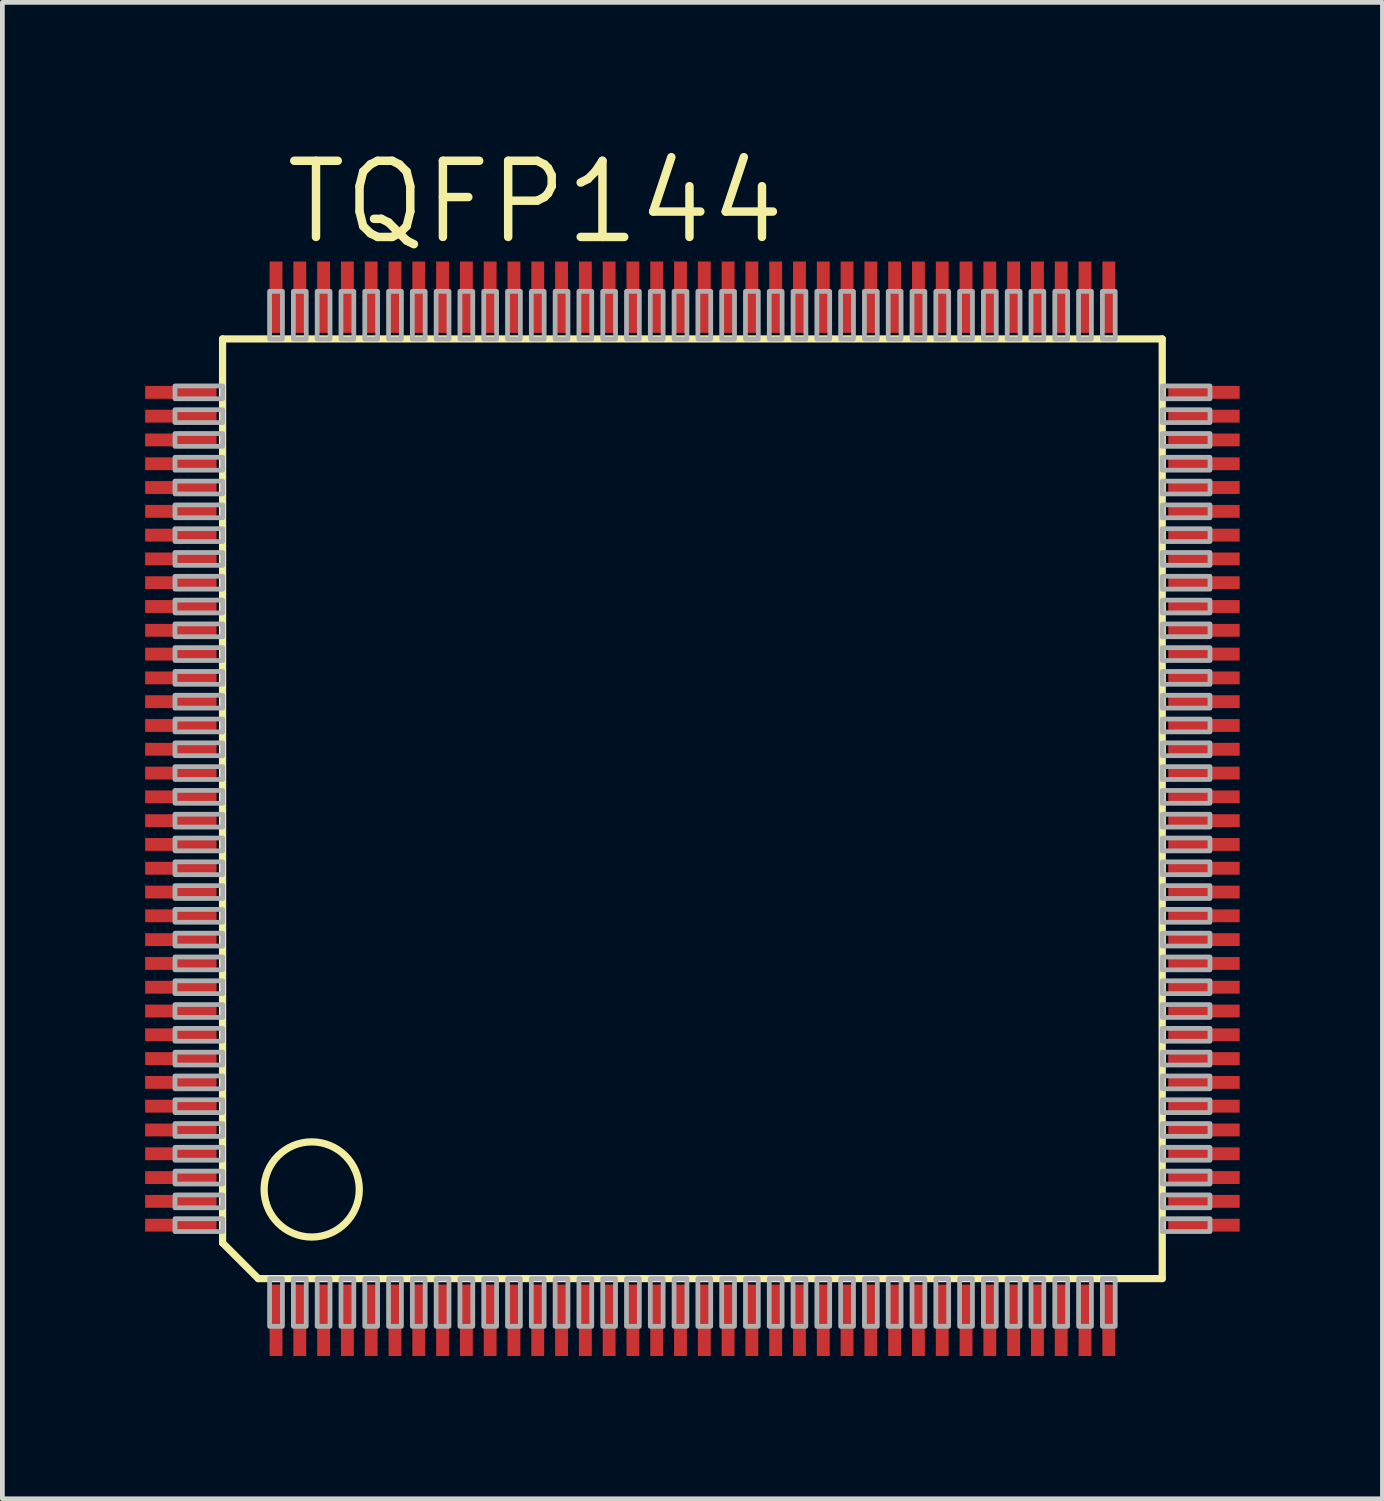
<source format=kicad_pcb>
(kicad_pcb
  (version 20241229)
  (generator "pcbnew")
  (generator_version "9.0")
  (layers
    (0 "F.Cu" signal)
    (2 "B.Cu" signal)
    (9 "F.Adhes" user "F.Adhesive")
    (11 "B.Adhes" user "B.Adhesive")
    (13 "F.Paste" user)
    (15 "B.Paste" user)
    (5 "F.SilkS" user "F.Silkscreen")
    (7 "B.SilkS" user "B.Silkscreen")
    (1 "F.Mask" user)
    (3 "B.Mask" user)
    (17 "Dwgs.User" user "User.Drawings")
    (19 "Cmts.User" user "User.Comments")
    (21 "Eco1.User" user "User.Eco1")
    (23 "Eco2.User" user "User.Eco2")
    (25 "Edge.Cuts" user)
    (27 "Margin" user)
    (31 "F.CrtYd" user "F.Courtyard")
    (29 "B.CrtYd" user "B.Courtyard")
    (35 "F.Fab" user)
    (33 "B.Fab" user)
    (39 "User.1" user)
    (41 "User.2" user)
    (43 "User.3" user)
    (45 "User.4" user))
  (footprint "TQFP144"
    (layer "F.Cu")
    (at 11.5 12.675)
    (property "Reference" "TQFP144" (at -8.636 -10.541 0) (layer "F.SilkS") (effects (font (size 1.6 1.6) (thickness 0.178)) (justify left bottom)))
    (fp_line (start -9.873 -8.603) (end 9.873 -8.603) (stroke (width 0.152) (type solid)) (layer "F.SilkS"))
    (fp_line (start -9.873 10.393) (end -9.873 -8.603) (stroke (width 0.152) (type solid)) (layer "F.SilkS"))
    (fp_line (start -9.123 11.143) (end -9.873 10.393) (stroke (width 0.152) (type solid)) (layer "F.SilkS"))
    (fp_line (start 9.873 -8.603) (end 9.873 11.143) (stroke (width 0.152) (type solid)) (layer "F.SilkS"))
    (fp_line (start 9.873 11.143) (end -9.123 11.143) (stroke (width 0.152) (type solid)) (layer "F.SilkS"))
    (fp_circle (center -8 9.27) (end -7 9.27) (stroke (width 0.152) (type solid)) (fill no) (layer "F.SilkS"))
    (fp_poly (pts (xy -10.873 -7.345) (xy -9.87 -7.345) (xy -9.87 -7.615) (xy -10.873 -7.615)) (stroke (width 0.1) (type default)) (fill no) (layer "F.Fab"))
    (fp_poly (pts (xy -10.873 -6.845) (xy -9.87 -6.845) (xy -9.87 -7.115) (xy -10.873 -7.115)) (stroke (width 0.1) (type default)) (fill no) (layer "F.Fab"))
    (fp_poly (pts (xy -10.873 -6.345) (xy -9.87 -6.345) (xy -9.87 -6.615) (xy -10.873 -6.615)) (stroke (width 0.1) (type default)) (fill no) (layer "F.Fab"))
    (fp_poly (pts (xy -10.873 -5.845) (xy -9.87 -5.845) (xy -9.87 -6.115) (xy -10.873 -6.115)) (stroke (width 0.1) (type default)) (fill no) (layer "F.Fab"))
    (fp_poly (pts (xy -10.873 -5.345) (xy -9.87 -5.345) (xy -9.87 -5.615) (xy -10.873 -5.615)) (stroke (width 0.1) (type default)) (fill no) (layer "F.Fab"))
    (fp_poly (pts (xy -10.873 -4.845) (xy -9.87 -4.845) (xy -9.87 -5.115) (xy -10.873 -5.115)) (stroke (width 0.1) (type default)) (fill no) (layer "F.Fab"))
    (fp_poly (pts (xy -10.873 -4.345) (xy -9.87 -4.345) (xy -9.87 -4.615) (xy -10.873 -4.615)) (stroke (width 0.1) (type default)) (fill no) (layer "F.Fab"))
    (fp_poly (pts (xy -10.873 -3.845) (xy -9.87 -3.845) (xy -9.87 -4.115) (xy -10.873 -4.115)) (stroke (width 0.1) (type default)) (fill no) (layer "F.Fab"))
    (fp_poly (pts (xy -10.873 -3.345) (xy -9.87 -3.345) (xy -9.87 -3.615) (xy -10.873 -3.615)) (stroke (width 0.1) (type default)) (fill no) (layer "F.Fab"))
    (fp_poly (pts (xy -10.873 -2.845) (xy -9.87 -2.845) (xy -9.87 -3.115) (xy -10.873 -3.115)) (stroke (width 0.1) (type default)) (fill no) (layer "F.Fab"))
    (fp_poly (pts (xy -10.873 -2.345) (xy -9.87 -2.345) (xy -9.87 -2.615) (xy -10.873 -2.615)) (stroke (width 0.1) (type default)) (fill no) (layer "F.Fab"))
    (fp_poly (pts (xy -10.873 -1.845) (xy -9.87 -1.845) (xy -9.87 -2.115) (xy -10.873 -2.115)) (stroke (width 0.1) (type default)) (fill no) (layer "F.Fab"))
    (fp_poly (pts (xy -10.873 -1.345) (xy -9.87 -1.345) (xy -9.87 -1.615) (xy -10.873 -1.615)) (stroke (width 0.1) (type default)) (fill no) (layer "F.Fab"))
    (fp_poly (pts (xy -10.873 -0.845) (xy -9.87 -0.845) (xy -9.87 -1.115) (xy -10.873 -1.115)) (stroke (width 0.1) (type default)) (fill no) (layer "F.Fab"))
    (fp_poly (pts (xy -10.873 -0.345) (xy -9.87 -0.345) (xy -9.87 -0.615) (xy -10.873 -0.615)) (stroke (width 0.1) (type default)) (fill no) (layer "F.Fab"))
    (fp_poly (pts (xy -10.873 0.155) (xy -9.87 0.155) (xy -9.87 -0.115) (xy -10.873 -0.115)) (stroke (width 0.1) (type default)) (fill no) (layer "F.Fab"))
    (fp_poly (pts (xy -10.873 0.655) (xy -9.87 0.655) (xy -9.87 0.385) (xy -10.873 0.385)) (stroke (width 0.1) (type default)) (fill no) (layer "F.Fab"))
    (fp_poly (pts (xy -10.873 1.155) (xy -9.87 1.155) (xy -9.87 0.885) (xy -10.873 0.885)) (stroke (width 0.1) (type default)) (fill no) (layer "F.Fab"))
    (fp_poly (pts (xy -10.873 1.655) (xy -9.87 1.655) (xy -9.87 1.385) (xy -10.873 1.385)) (stroke (width 0.1) (type default)) (fill no) (layer "F.Fab"))
    (fp_poly (pts (xy -10.873 2.155) (xy -9.87 2.155) (xy -9.87 1.885) (xy -10.873 1.885)) (stroke (width 0.1) (type default)) (fill no) (layer "F.Fab"))
    (fp_poly (pts (xy -10.873 2.655) (xy -9.87 2.655) (xy -9.87 2.385) (xy -10.873 2.385)) (stroke (width 0.1) (type default)) (fill no) (layer "F.Fab"))
    (fp_poly (pts (xy -10.873 3.155) (xy -9.87 3.155) (xy -9.87 2.885) (xy -10.873 2.885)) (stroke (width 0.1) (type default)) (fill no) (layer "F.Fab"))
    (fp_poly (pts (xy -10.873 3.655) (xy -9.87 3.655) (xy -9.87 3.385) (xy -10.873 3.385)) (stroke (width 0.1) (type default)) (fill no) (layer "F.Fab"))
    (fp_poly (pts (xy -10.873 4.155) (xy -9.87 4.155) (xy -9.87 3.885) (xy -10.873 3.885)) (stroke (width 0.1) (type default)) (fill no) (layer "F.Fab"))
    (fp_poly (pts (xy -10.873 4.655) (xy -9.87 4.655) (xy -9.87 4.385) (xy -10.873 4.385)) (stroke (width 0.1) (type default)) (fill no) (layer "F.Fab"))
    (fp_poly (pts (xy -10.873 5.155) (xy -9.87 5.155) (xy -9.87 4.885) (xy -10.873 4.885)) (stroke (width 0.1) (type default)) (fill no) (layer "F.Fab"))
    (fp_poly (pts (xy -10.873 5.655) (xy -9.87 5.655) (xy -9.87 5.385) (xy -10.873 5.385)) (stroke (width 0.1) (type default)) (fill no) (layer "F.Fab"))
    (fp_poly (pts (xy -10.873 6.155) (xy -9.87 6.155) (xy -9.87 5.885) (xy -10.873 5.885)) (stroke (width 0.1) (type default)) (fill no) (layer "F.Fab"))
    (fp_poly (pts (xy -10.873 6.655) (xy -9.87 6.655) (xy -9.87 6.385) (xy -10.873 6.385)) (stroke (width 0.1) (type default)) (fill no) (layer "F.Fab"))
    (fp_poly (pts (xy -10.873 7.155) (xy -9.87 7.155) (xy -9.87 6.885) (xy -10.873 6.885)) (stroke (width 0.1) (type default)) (fill no) (layer "F.Fab"))
    (fp_poly (pts (xy -10.873 7.655) (xy -9.87 7.655) (xy -9.87 7.385) (xy -10.873 7.385)) (stroke (width 0.1) (type default)) (fill no) (layer "F.Fab"))
    (fp_poly (pts (xy -10.873 8.155) (xy -9.87 8.155) (xy -9.87 7.885) (xy -10.873 7.885)) (stroke (width 0.1) (type default)) (fill no) (layer "F.Fab"))
    (fp_poly (pts (xy -10.873 8.655) (xy -9.87 8.655) (xy -9.87 8.385) (xy -10.873 8.385)) (stroke (width 0.1) (type default)) (fill no) (layer "F.Fab"))
    (fp_poly (pts (xy -10.873 9.155) (xy -9.87 9.155) (xy -9.87 8.885) (xy -10.873 8.885)) (stroke (width 0.1) (type default)) (fill no) (layer "F.Fab"))
    (fp_poly (pts (xy -10.873 9.655) (xy -9.87 9.655) (xy -9.87 9.385) (xy -10.873 9.385)) (stroke (width 0.1) (type default)) (fill no) (layer "F.Fab"))
    (fp_poly (pts (xy -10.873 10.155) (xy -9.87 10.155) (xy -9.87 9.885) (xy -10.873 9.885)) (stroke (width 0.1) (type default)) (fill no) (layer "F.Fab"))
    (fp_poly (pts (xy -8.885 -8.601) (xy -8.615 -8.601) (xy -8.615 -9.603) (xy -8.885 -9.603)) (stroke (width 0.1) (type default)) (fill no) (layer "F.Fab"))
    (fp_poly (pts (xy -8.885 12.146) (xy -8.615 12.146) (xy -8.615 11.143) (xy -8.885 11.143)) (stroke (width 0.1) (type default)) (fill no) (layer "F.Fab"))
    (fp_poly (pts (xy -8.385 -8.601) (xy -8.115 -8.601) (xy -8.115 -9.603) (xy -8.385 -9.603)) (stroke (width 0.1) (type default)) (fill no) (layer "F.Fab"))
    (fp_poly (pts (xy -8.385 12.146) (xy -8.115 12.146) (xy -8.115 11.143) (xy -8.385 11.143)) (stroke (width 0.1) (type default)) (fill no) (layer "F.Fab"))
    (fp_poly (pts (xy -7.885 -8.601) (xy -7.615 -8.601) (xy -7.615 -9.603) (xy -7.885 -9.603)) (stroke (width 0.1) (type default)) (fill no) (layer "F.Fab"))
    (fp_poly (pts (xy -7.885 12.146) (xy -7.615 12.146) (xy -7.615 11.143) (xy -7.885 11.143)) (stroke (width 0.1) (type default)) (fill no) (layer "F.Fab"))
    (fp_poly (pts (xy -7.385 -8.601) (xy -7.115 -8.601) (xy -7.115 -9.603) (xy -7.385 -9.603)) (stroke (width 0.1) (type default)) (fill no) (layer "F.Fab"))
    (fp_poly (pts (xy -7.385 12.146) (xy -7.115 12.146) (xy -7.115 11.143) (xy -7.385 11.143)) (stroke (width 0.1) (type default)) (fill no) (layer "F.Fab"))
    (fp_poly (pts (xy -6.885 -8.601) (xy -6.615 -8.601) (xy -6.615 -9.603) (xy -6.885 -9.603)) (stroke (width 0.1) (type default)) (fill no) (layer "F.Fab"))
    (fp_poly (pts (xy -6.885 12.146) (xy -6.615 12.146) (xy -6.615 11.143) (xy -6.885 11.143)) (stroke (width 0.1) (type default)) (fill no) (layer "F.Fab"))
    (fp_poly (pts (xy -6.385 -8.601) (xy -6.115 -8.601) (xy -6.115 -9.603) (xy -6.385 -9.603)) (stroke (width 0.1) (type default)) (fill no) (layer "F.Fab"))
    (fp_poly (pts (xy -6.385 12.146) (xy -6.115 12.146) (xy -6.115 11.143) (xy -6.385 11.143)) (stroke (width 0.1) (type default)) (fill no) (layer "F.Fab"))
    (fp_poly (pts (xy -5.885 -8.601) (xy -5.615 -8.601) (xy -5.615 -9.603) (xy -5.885 -9.603)) (stroke (width 0.1) (type default)) (fill no) (layer "F.Fab"))
    (fp_poly (pts (xy -5.885 12.146) (xy -5.615 12.146) (xy -5.615 11.143) (xy -5.885 11.143)) (stroke (width 0.1) (type default)) (fill no) (layer "F.Fab"))
    (fp_poly (pts (xy -5.385 -8.601) (xy -5.115 -8.601) (xy -5.115 -9.603) (xy -5.385 -9.603)) (stroke (width 0.1) (type default)) (fill no) (layer "F.Fab"))
    (fp_poly (pts (xy -5.385 12.146) (xy -5.115 12.146) (xy -5.115 11.143) (xy -5.385 11.143)) (stroke (width 0.1) (type default)) (fill no) (layer "F.Fab"))
    (fp_poly (pts (xy -4.885 -8.601) (xy -4.615 -8.601) (xy -4.615 -9.603) (xy -4.885 -9.603)) (stroke (width 0.1) (type default)) (fill no) (layer "F.Fab"))
    (fp_poly (pts (xy -4.885 12.146) (xy -4.615 12.146) (xy -4.615 11.143) (xy -4.885 11.143)) (stroke (width 0.1) (type default)) (fill no) (layer "F.Fab"))
    (fp_poly (pts (xy -4.385 -8.601) (xy -4.115 -8.601) (xy -4.115 -9.603) (xy -4.385 -9.603)) (stroke (width 0.1) (type default)) (fill no) (layer "F.Fab"))
    (fp_poly (pts (xy -4.385 12.146) (xy -4.115 12.146) (xy -4.115 11.143) (xy -4.385 11.143)) (stroke (width 0.1) (type default)) (fill no) (layer "F.Fab"))
    (fp_poly (pts (xy -3.885 -8.601) (xy -3.615 -8.601) (xy -3.615 -9.603) (xy -3.885 -9.603)) (stroke (width 0.1) (type default)) (fill no) (layer "F.Fab"))
    (fp_poly (pts (xy -3.885 12.146) (xy -3.615 12.146) (xy -3.615 11.143) (xy -3.885 11.143)) (stroke (width 0.1) (type default)) (fill no) (layer "F.Fab"))
    (fp_poly (pts (xy -3.385 -8.601) (xy -3.115 -8.601) (xy -3.115 -9.603) (xy -3.385 -9.603)) (stroke (width 0.1) (type default)) (fill no) (layer "F.Fab"))
    (fp_poly (pts (xy -3.385 12.146) (xy -3.115 12.146) (xy -3.115 11.143) (xy -3.385 11.143)) (stroke (width 0.1) (type default)) (fill no) (layer "F.Fab"))
    (fp_poly (pts (xy -2.885 -8.601) (xy -2.615 -8.601) (xy -2.615 -9.603) (xy -2.885 -9.603)) (stroke (width 0.1) (type default)) (fill no) (layer "F.Fab"))
    (fp_poly (pts (xy -2.885 12.146) (xy -2.615 12.146) (xy -2.615 11.143) (xy -2.885 11.143)) (stroke (width 0.1) (type default)) (fill no) (layer "F.Fab"))
    (fp_poly (pts (xy -2.385 -8.601) (xy -2.115 -8.601) (xy -2.115 -9.603) (xy -2.385 -9.603)) (stroke (width 0.1) (type default)) (fill no) (layer "F.Fab"))
    (fp_poly (pts (xy -2.385 12.146) (xy -2.115 12.146) (xy -2.115 11.143) (xy -2.385 11.143)) (stroke (width 0.1) (type default)) (fill no) (layer "F.Fab"))
    (fp_poly (pts (xy -1.885 -8.601) (xy -1.615 -8.601) (xy -1.615 -9.603) (xy -1.885 -9.603)) (stroke (width 0.1) (type default)) (fill no) (layer "F.Fab"))
    (fp_poly (pts (xy -1.885 12.146) (xy -1.615 12.146) (xy -1.615 11.143) (xy -1.885 11.143)) (stroke (width 0.1) (type default)) (fill no) (layer "F.Fab"))
    (fp_poly (pts (xy -1.385 -8.601) (xy -1.115 -8.601) (xy -1.115 -9.603) (xy -1.385 -9.603)) (stroke (width 0.1) (type default)) (fill no) (layer "F.Fab"))
    (fp_poly (pts (xy -1.385 12.146) (xy -1.115 12.146) (xy -1.115 11.143) (xy -1.385 11.143)) (stroke (width 0.1) (type default)) (fill no) (layer "F.Fab"))
    (fp_poly (pts (xy -0.885 -8.601) (xy -0.615 -8.601) (xy -0.615 -9.603) (xy -0.885 -9.603)) (stroke (width 0.1) (type default)) (fill no) (layer "F.Fab"))
    (fp_poly (pts (xy -0.885 12.146) (xy -0.615 12.146) (xy -0.615 11.143) (xy -0.885 11.143)) (stroke (width 0.1) (type default)) (fill no) (layer "F.Fab"))
    (fp_poly (pts (xy -0.385 -8.601) (xy -0.115 -8.601) (xy -0.115 -9.603) (xy -0.385 -9.603)) (stroke (width 0.1) (type default)) (fill no) (layer "F.Fab"))
    (fp_poly (pts (xy -0.385 12.146) (xy -0.115 12.146) (xy -0.115 11.143) (xy -0.385 11.143)) (stroke (width 0.1) (type default)) (fill no) (layer "F.Fab"))
    (fp_poly (pts (xy 0.115 -8.601) (xy 0.385 -8.601) (xy 0.385 -9.603) (xy 0.115 -9.603)) (stroke (width 0.1) (type default)) (fill no) (layer "F.Fab"))
    (fp_poly (pts (xy 0.115 12.146) (xy 0.385 12.146) (xy 0.385 11.143) (xy 0.115 11.143)) (stroke (width 0.1) (type default)) (fill no) (layer "F.Fab"))
    (fp_poly (pts (xy 0.615 -8.601) (xy 0.885 -8.601) (xy 0.885 -9.603) (xy 0.615 -9.603)) (stroke (width 0.1) (type default)) (fill no) (layer "F.Fab"))
    (fp_poly (pts (xy 0.615 12.146) (xy 0.885 12.146) (xy 0.885 11.143) (xy 0.615 11.143)) (stroke (width 0.1) (type default)) (fill no) (layer "F.Fab"))
    (fp_poly (pts (xy 1.115 -8.601) (xy 1.385 -8.601) (xy 1.385 -9.603) (xy 1.115 -9.603)) (stroke (width 0.1) (type default)) (fill no) (layer "F.Fab"))
    (fp_poly (pts (xy 1.115 12.146) (xy 1.385 12.146) (xy 1.385 11.143) (xy 1.115 11.143)) (stroke (width 0.1) (type default)) (fill no) (layer "F.Fab"))
    (fp_poly (pts (xy 1.615 -8.601) (xy 1.885 -8.601) (xy 1.885 -9.603) (xy 1.615 -9.603)) (stroke (width 0.1) (type default)) (fill no) (layer "F.Fab"))
    (fp_poly (pts (xy 1.615 12.146) (xy 1.885 12.146) (xy 1.885 11.143) (xy 1.615 11.143)) (stroke (width 0.1) (type default)) (fill no) (layer "F.Fab"))
    (fp_poly (pts (xy 2.115 -8.601) (xy 2.385 -8.601) (xy 2.385 -9.603) (xy 2.115 -9.603)) (stroke (width 0.1) (type default)) (fill no) (layer "F.Fab"))
    (fp_poly (pts (xy 2.115 12.146) (xy 2.385 12.146) (xy 2.385 11.143) (xy 2.115 11.143)) (stroke (width 0.1) (type default)) (fill no) (layer "F.Fab"))
    (fp_poly (pts (xy 2.615 -8.601) (xy 2.885 -8.601) (xy 2.885 -9.603) (xy 2.615 -9.603)) (stroke (width 0.1) (type default)) (fill no) (layer "F.Fab"))
    (fp_poly (pts (xy 2.615 12.146) (xy 2.885 12.146) (xy 2.885 11.143) (xy 2.615 11.143)) (stroke (width 0.1) (type default)) (fill no) (layer "F.Fab"))
    (fp_poly (pts (xy 3.115 -8.601) (xy 3.385 -8.601) (xy 3.385 -9.603) (xy 3.115 -9.603)) (stroke (width 0.1) (type default)) (fill no) (layer "F.Fab"))
    (fp_poly (pts (xy 3.115 12.146) (xy 3.385 12.146) (xy 3.385 11.143) (xy 3.115 11.143)) (stroke (width 0.1) (type default)) (fill no) (layer "F.Fab"))
    (fp_poly (pts (xy 3.615 -8.601) (xy 3.885 -8.601) (xy 3.885 -9.603) (xy 3.615 -9.603)) (stroke (width 0.1) (type default)) (fill no) (layer "F.Fab"))
    (fp_poly (pts (xy 3.615 12.146) (xy 3.885 12.146) (xy 3.885 11.143) (xy 3.615 11.143)) (stroke (width 0.1) (type default)) (fill no) (layer "F.Fab"))
    (fp_poly (pts (xy 4.115 -8.601) (xy 4.385 -8.601) (xy 4.385 -9.603) (xy 4.115 -9.603)) (stroke (width 0.1) (type default)) (fill no) (layer "F.Fab"))
    (fp_poly (pts (xy 4.115 12.146) (xy 4.385 12.146) (xy 4.385 11.143) (xy 4.115 11.143)) (stroke (width 0.1) (type default)) (fill no) (layer "F.Fab"))
    (fp_poly (pts (xy 4.615 -8.601) (xy 4.885 -8.601) (xy 4.885 -9.603) (xy 4.615 -9.603)) (stroke (width 0.1) (type default)) (fill no) (layer "F.Fab"))
    (fp_poly (pts (xy 4.615 12.146) (xy 4.885 12.146) (xy 4.885 11.143) (xy 4.615 11.143)) (stroke (width 0.1) (type default)) (fill no) (layer "F.Fab"))
    (fp_poly (pts (xy 5.115 -8.601) (xy 5.385 -8.601) (xy 5.385 -9.603) (xy 5.115 -9.603)) (stroke (width 0.1) (type default)) (fill no) (layer "F.Fab"))
    (fp_poly (pts (xy 5.115 12.146) (xy 5.385 12.146) (xy 5.385 11.143) (xy 5.115 11.143)) (stroke (width 0.1) (type default)) (fill no) (layer "F.Fab"))
    (fp_poly (pts (xy 5.615 -8.601) (xy 5.885 -8.601) (xy 5.885 -9.603) (xy 5.615 -9.603)) (stroke (width 0.1) (type default)) (fill no) (layer "F.Fab"))
    (fp_poly (pts (xy 5.615 12.146) (xy 5.885 12.146) (xy 5.885 11.143) (xy 5.615 11.143)) (stroke (width 0.1) (type default)) (fill no) (layer "F.Fab"))
    (fp_poly (pts (xy 6.115 -8.601) (xy 6.385 -8.601) (xy 6.385 -9.603) (xy 6.115 -9.603)) (stroke (width 0.1) (type default)) (fill no) (layer "F.Fab"))
    (fp_poly (pts (xy 6.115 12.146) (xy 6.385 12.146) (xy 6.385 11.143) (xy 6.115 11.143)) (stroke (width 0.1) (type default)) (fill no) (layer "F.Fab"))
    (fp_poly (pts (xy 6.615 -8.601) (xy 6.885 -8.601) (xy 6.885 -9.603) (xy 6.615 -9.603)) (stroke (width 0.1) (type default)) (fill no) (layer "F.Fab"))
    (fp_poly (pts (xy 6.615 12.146) (xy 6.885 12.146) (xy 6.885 11.143) (xy 6.615 11.143)) (stroke (width 0.1) (type default)) (fill no) (layer "F.Fab"))
    (fp_poly (pts (xy 7.115 -8.601) (xy 7.385 -8.601) (xy 7.385 -9.603) (xy 7.115 -9.603)) (stroke (width 0.1) (type default)) (fill no) (layer "F.Fab"))
    (fp_poly (pts (xy 7.115 12.146) (xy 7.385 12.146) (xy 7.385 11.143) (xy 7.115 11.143)) (stroke (width 0.1) (type default)) (fill no) (layer "F.Fab"))
    (fp_poly (pts (xy 7.615 -8.601) (xy 7.885 -8.601) (xy 7.885 -9.603) (xy 7.615 -9.603)) (stroke (width 0.1) (type default)) (fill no) (layer "F.Fab"))
    (fp_poly (pts (xy 7.615 12.146) (xy 7.885 12.146) (xy 7.885 11.143) (xy 7.615 11.143)) (stroke (width 0.1) (type default)) (fill no) (layer "F.Fab"))
    (fp_poly (pts (xy 8.115 -8.601) (xy 8.385 -8.601) (xy 8.385 -9.603) (xy 8.115 -9.603)) (stroke (width 0.1) (type default)) (fill no) (layer "F.Fab"))
    (fp_poly (pts (xy 8.115 12.146) (xy 8.385 12.146) (xy 8.385 11.143) (xy 8.115 11.143)) (stroke (width 0.1) (type default)) (fill no) (layer "F.Fab"))
    (fp_poly (pts (xy 8.615 -8.601) (xy 8.885 -8.601) (xy 8.885 -9.603) (xy 8.615 -9.603)) (stroke (width 0.1) (type default)) (fill no) (layer "F.Fab"))
    (fp_poly (pts (xy 8.615 12.146) (xy 8.885 12.146) (xy 8.885 11.143) (xy 8.615 11.143)) (stroke (width 0.1) (type default)) (fill no) (layer "F.Fab"))
    (fp_poly (pts (xy 9.873 -7.345) (xy 10.876 -7.345) (xy 10.876 -7.615) (xy 9.873 -7.615)) (stroke (width 0.1) (type default)) (fill no) (layer "F.Fab"))
    (fp_poly (pts (xy 9.873 -6.845) (xy 10.876 -6.845) (xy 10.876 -7.115) (xy 9.873 -7.115)) (stroke (width 0.1) (type default)) (fill no) (layer "F.Fab"))
    (fp_poly (pts (xy 9.873 -6.345) (xy 10.876 -6.345) (xy 10.876 -6.615) (xy 9.873 -6.615)) (stroke (width 0.1) (type default)) (fill no) (layer "F.Fab"))
    (fp_poly (pts (xy 9.873 -5.845) (xy 10.876 -5.845) (xy 10.876 -6.115) (xy 9.873 -6.115)) (stroke (width 0.1) (type default)) (fill no) (layer "F.Fab"))
    (fp_poly (pts (xy 9.873 -5.345) (xy 10.876 -5.345) (xy 10.876 -5.615) (xy 9.873 -5.615)) (stroke (width 0.1) (type default)) (fill no) (layer "F.Fab"))
    (fp_poly (pts (xy 9.873 -4.845) (xy 10.876 -4.845) (xy 10.876 -5.115) (xy 9.873 -5.115)) (stroke (width 0.1) (type default)) (fill no) (layer "F.Fab"))
    (fp_poly (pts (xy 9.873 -4.345) (xy 10.876 -4.345) (xy 10.876 -4.615) (xy 9.873 -4.615)) (stroke (width 0.1) (type default)) (fill no) (layer "F.Fab"))
    (fp_poly (pts (xy 9.873 -3.845) (xy 10.876 -3.845) (xy 10.876 -4.115) (xy 9.873 -4.115)) (stroke (width 0.1) (type default)) (fill no) (layer "F.Fab"))
    (fp_poly (pts (xy 9.873 -3.345) (xy 10.876 -3.345) (xy 10.876 -3.615) (xy 9.873 -3.615)) (stroke (width 0.1) (type default)) (fill no) (layer "F.Fab"))
    (fp_poly (pts (xy 9.873 -2.845) (xy 10.876 -2.845) (xy 10.876 -3.115) (xy 9.873 -3.115)) (stroke (width 0.1) (type default)) (fill no) (layer "F.Fab"))
    (fp_poly (pts (xy 9.873 -2.345) (xy 10.876 -2.345) (xy 10.876 -2.615) (xy 9.873 -2.615)) (stroke (width 0.1) (type default)) (fill no) (layer "F.Fab"))
    (fp_poly (pts (xy 9.873 -1.845) (xy 10.876 -1.845) (xy 10.876 -2.115) (xy 9.873 -2.115)) (stroke (width 0.1) (type default)) (fill no) (layer "F.Fab"))
    (fp_poly (pts (xy 9.873 -1.345) (xy 10.876 -1.345) (xy 10.876 -1.615) (xy 9.873 -1.615)) (stroke (width 0.1) (type default)) (fill no) (layer "F.Fab"))
    (fp_poly (pts (xy 9.873 -0.845) (xy 10.876 -0.845) (xy 10.876 -1.115) (xy 9.873 -1.115)) (stroke (width 0.1) (type default)) (fill no) (layer "F.Fab"))
    (fp_poly (pts (xy 9.873 -0.345) (xy 10.876 -0.345) (xy 10.876 -0.615) (xy 9.873 -0.615)) (stroke (width 0.1) (type default)) (fill no) (layer "F.Fab"))
    (fp_poly (pts (xy 9.873 0.155) (xy 10.876 0.155) (xy 10.876 -0.115) (xy 9.873 -0.115)) (stroke (width 0.1) (type default)) (fill no) (layer "F.Fab"))
    (fp_poly (pts (xy 9.873 0.655) (xy 10.876 0.655) (xy 10.876 0.385) (xy 9.873 0.385)) (stroke (width 0.1) (type default)) (fill no) (layer "F.Fab"))
    (fp_poly (pts (xy 9.873 1.155) (xy 10.876 1.155) (xy 10.876 0.885) (xy 9.873 0.885)) (stroke (width 0.1) (type default)) (fill no) (layer "F.Fab"))
    (fp_poly (pts (xy 9.873 1.655) (xy 10.876 1.655) (xy 10.876 1.385) (xy 9.873 1.385)) (stroke (width 0.1) (type default)) (fill no) (layer "F.Fab"))
    (fp_poly (pts (xy 9.873 2.155) (xy 10.876 2.155) (xy 10.876 1.885) (xy 9.873 1.885)) (stroke (width 0.1) (type default)) (fill no) (layer "F.Fab"))
    (fp_poly (pts (xy 9.873 2.655) (xy 10.876 2.655) (xy 10.876 2.385) (xy 9.873 2.385)) (stroke (width 0.1) (type default)) (fill no) (layer "F.Fab"))
    (fp_poly (pts (xy 9.873 3.155) (xy 10.876 3.155) (xy 10.876 2.885) (xy 9.873 2.885)) (stroke (width 0.1) (type default)) (fill no) (layer "F.Fab"))
    (fp_poly (pts (xy 9.873 3.655) (xy 10.876 3.655) (xy 10.876 3.385) (xy 9.873 3.385)) (stroke (width 0.1) (type default)) (fill no) (layer "F.Fab"))
    (fp_poly (pts (xy 9.873 4.155) (xy 10.876 4.155) (xy 10.876 3.885) (xy 9.873 3.885)) (stroke (width 0.1) (type default)) (fill no) (layer "F.Fab"))
    (fp_poly (pts (xy 9.873 4.655) (xy 10.876 4.655) (xy 10.876 4.385) (xy 9.873 4.385)) (stroke (width 0.1) (type default)) (fill no) (layer "F.Fab"))
    (fp_poly (pts (xy 9.873 5.155) (xy 10.876 5.155) (xy 10.876 4.885) (xy 9.873 4.885)) (stroke (width 0.1) (type default)) (fill no) (layer "F.Fab"))
    (fp_poly (pts (xy 9.873 5.655) (xy 10.876 5.655) (xy 10.876 5.385) (xy 9.873 5.385)) (stroke (width 0.1) (type default)) (fill no) (layer "F.Fab"))
    (fp_poly (pts (xy 9.873 6.155) (xy 10.876 6.155) (xy 10.876 5.885) (xy 9.873 5.885)) (stroke (width 0.1) (type default)) (fill no) (layer "F.Fab"))
    (fp_poly (pts (xy 9.873 6.655) (xy 10.876 6.655) (xy 10.876 6.385) (xy 9.873 6.385)) (stroke (width 0.1) (type default)) (fill no) (layer "F.Fab"))
    (fp_poly (pts (xy 9.873 7.155) (xy 10.876 7.155) (xy 10.876 6.885) (xy 9.873 6.885)) (stroke (width 0.1) (type default)) (fill no) (layer "F.Fab"))
    (fp_poly (pts (xy 9.873 7.655) (xy 10.876 7.655) (xy 10.876 7.385) (xy 9.873 7.385)) (stroke (width 0.1) (type default)) (fill no) (layer "F.Fab"))
    (fp_poly (pts (xy 9.873 8.155) (xy 10.876 8.155) (xy 10.876 7.885) (xy 9.873 7.885)) (stroke (width 0.1) (type default)) (fill no) (layer "F.Fab"))
    (fp_poly (pts (xy 9.873 8.655) (xy 10.876 8.655) (xy 10.876 8.385) (xy 9.873 8.385)) (stroke (width 0.1) (type default)) (fill no) (layer "F.Fab"))
    (fp_poly (pts (xy 9.873 9.155) (xy 10.876 9.155) (xy 10.876 8.885) (xy 9.873 8.885)) (stroke (width 0.1) (type default)) (fill no) (layer "F.Fab"))
    (fp_poly (pts (xy 9.873 9.655) (xy 10.876 9.655) (xy 10.876 9.385) (xy 9.873 9.385)) (stroke (width 0.1) (type default)) (fill no) (layer "F.Fab"))
    (fp_poly (pts (xy 9.873 10.155) (xy 10.876 10.155) (xy 10.876 9.885) (xy 9.873 9.885)) (stroke (width 0.1) (type default)) (fill no) (layer "F.Fab"))
    (pad "1" smd rect (at -8.75 12.02) (size 0.27 1.5) (layers "F.Cu" "F.Mask" "F.Paste"))
    (pad "2" smd rect (at -8.25 12.02) (size 0.27 1.5) (layers "F.Cu" "F.Mask" "F.Paste"))
    (pad "3" smd rect (at -7.75 12.02) (size 0.27 1.5) (layers "F.Cu" "F.Mask" "F.Paste"))
    (pad "4" smd rect (at -7.25 12.02) (size 0.27 1.5) (layers "F.Cu" "F.Mask" "F.Paste"))
    (pad "5" smd rect (at -6.75 12.02) (size 0.27 1.5) (layers "F.Cu" "F.Mask" "F.Paste"))
    (pad "6" smd rect (at -6.25 12.02) (size 0.27 1.5) (layers "F.Cu" "F.Mask" "F.Paste"))
    (pad "7" smd rect (at -5.75 12.02) (size 0.27 1.5) (layers "F.Cu" "F.Mask" "F.Paste"))
    (pad "8" smd rect (at -5.25 12.02) (size 0.27 1.5) (layers "F.Cu" "F.Mask" "F.Paste"))
    (pad "9" smd rect (at -4.75 12.02) (size 0.27 1.5) (layers "F.Cu" "F.Mask" "F.Paste"))
    (pad "10" smd rect (at -4.25 12.02) (size 0.27 1.5) (layers "F.Cu" "F.Mask" "F.Paste"))
    (pad "11" smd rect (at -3.75 12.02) (size 0.27 1.5) (layers "F.Cu" "F.Mask" "F.Paste"))
    (pad "12" smd rect (at -3.25 12.02) (size 0.27 1.5) (layers "F.Cu" "F.Mask" "F.Paste"))
    (pad "13" smd rect (at -2.75 12.02) (size 0.27 1.5) (layers "F.Cu" "F.Mask" "F.Paste"))
    (pad "14" smd rect (at -2.25 12.02) (size 0.27 1.5) (layers "F.Cu" "F.Mask" "F.Paste"))
    (pad "15" smd rect (at -1.75 12.02) (size 0.27 1.5) (layers "F.Cu" "F.Mask" "F.Paste"))
    (pad "16" smd rect (at -1.25 12.02) (size 0.27 1.5) (layers "F.Cu" "F.Mask" "F.Paste"))
    (pad "17" smd rect (at -0.75 12.02) (size 0.27 1.5) (layers "F.Cu" "F.Mask" "F.Paste"))
    (pad "18" smd rect (at -0.25 12.02) (size 0.27 1.5) (layers "F.Cu" "F.Mask" "F.Paste"))
    (pad "19" smd rect (at 0.25 12.02) (size 0.27 1.5) (layers "F.Cu" "F.Mask" "F.Paste"))
    (pad "20" smd rect (at 0.75 12.02) (size 0.27 1.5) (layers "F.Cu" "F.Mask" "F.Paste"))
    (pad "21" smd rect (at 1.25 12.02) (size 0.27 1.5) (layers "F.Cu" "F.Mask" "F.Paste"))
    (pad "22" smd rect (at 1.75 12.02) (size 0.27 1.5) (layers "F.Cu" "F.Mask" "F.Paste"))
    (pad "23" smd rect (at 2.25 12.02) (size 0.27 1.5) (layers "F.Cu" "F.Mask" "F.Paste"))
    (pad "24" smd rect (at 2.75 12.02) (size 0.27 1.5) (layers "F.Cu" "F.Mask" "F.Paste"))
    (pad "25" smd rect (at 3.25 12.02) (size 0.27 1.5) (layers "F.Cu" "F.Mask" "F.Paste"))
    (pad "26" smd rect (at 3.75 12.02) (size 0.27 1.5) (layers "F.Cu" "F.Mask" "F.Paste"))
    (pad "27" smd rect (at 4.25 12.02) (size 0.27 1.5) (layers "F.Cu" "F.Mask" "F.Paste"))
    (pad "28" smd rect (at 4.75 12.02) (size 0.27 1.5) (layers "F.Cu" "F.Mask" "F.Paste"))
    (pad "29" smd rect (at 5.25 12.02) (size 0.27 1.5) (layers "F.Cu" "F.Mask" "F.Paste"))
    (pad "30" smd rect (at 5.75 12.02) (size 0.27 1.5) (layers "F.Cu" "F.Mask" "F.Paste"))
    (pad "31" smd rect (at 6.25 12.02) (size 0.27 1.5) (layers "F.Cu" "F.Mask" "F.Paste"))
    (pad "32" smd rect (at 6.75 12.02) (size 0.27 1.5) (layers "F.Cu" "F.Mask" "F.Paste"))
    (pad "33" smd rect (at 7.25 12.02) (size 0.27 1.5) (layers "F.Cu" "F.Mask" "F.Paste"))
    (pad "34" smd rect (at 7.75 12.02) (size 0.27 1.5) (layers "F.Cu" "F.Mask" "F.Paste"))
    (pad "35" smd rect (at 8.25 12.02) (size 0.27 1.5) (layers "F.Cu" "F.Mask" "F.Paste"))
    (pad "36" smd rect (at 8.75 12.02) (size 0.27 1.5) (layers "F.Cu" "F.Mask" "F.Paste"))
    (pad "37" smd rect (at 10.75 10.02) (size 1.5 0.27) (layers "F.Cu" "F.Mask" "F.Paste"))
    (pad "38" smd rect (at 10.75 9.52) (size 1.5 0.27) (layers "F.Cu" "F.Mask" "F.Paste"))
    (pad "39" smd rect (at 10.75 9.02) (size 1.5 0.27) (layers "F.Cu" "F.Mask" "F.Paste"))
    (pad "40" smd rect (at 10.75 8.52) (size 1.5 0.27) (layers "F.Cu" "F.Mask" "F.Paste"))
    (pad "41" smd rect (at 10.75 8.02) (size 1.5 0.27) (layers "F.Cu" "F.Mask" "F.Paste"))
    (pad "42" smd rect (at 10.75 7.52) (size 1.5 0.27) (layers "F.Cu" "F.Mask" "F.Paste"))
    (pad "43" smd rect (at 10.75 7.02) (size 1.5 0.27) (layers "F.Cu" "F.Mask" "F.Paste"))
    (pad "44" smd rect (at 10.75 6.52) (size 1.5 0.27) (layers "F.Cu" "F.Mask" "F.Paste"))
    (pad "45" smd rect (at 10.75 6.02) (size 1.5 0.27) (layers "F.Cu" "F.Mask" "F.Paste"))
    (pad "46" smd rect (at 10.75 5.52) (size 1.5 0.27) (layers "F.Cu" "F.Mask" "F.Paste"))
    (pad "47" smd rect (at 10.75 5.02) (size 1.5 0.27) (layers "F.Cu" "F.Mask" "F.Paste"))
    (pad "48" smd rect (at 10.75 4.52) (size 1.5 0.27) (layers "F.Cu" "F.Mask" "F.Paste"))
    (pad "49" smd rect (at 10.75 4.02) (size 1.5 0.27) (layers "F.Cu" "F.Mask" "F.Paste"))
    (pad "50" smd rect (at 10.75 3.52) (size 1.5 0.27) (layers "F.Cu" "F.Mask" "F.Paste"))
    (pad "51" smd rect (at 10.75 3.02) (size 1.5 0.27) (layers "F.Cu" "F.Mask" "F.Paste"))
    (pad "52" smd rect (at 10.75 2.52) (size 1.5 0.27) (layers "F.Cu" "F.Mask" "F.Paste"))
    (pad "53" smd rect (at 10.75 2.02) (size 1.5 0.27) (layers "F.Cu" "F.Mask" "F.Paste"))
    (pad "54" smd rect (at 10.75 1.52) (size 1.5 0.27) (layers "F.Cu" "F.Mask" "F.Paste"))
    (pad "55" smd rect (at 10.75 1.02) (size 1.5 0.27) (layers "F.Cu" "F.Mask" "F.Paste"))
    (pad "56" smd rect (at 10.75 0.52) (size 1.5 0.27) (layers "F.Cu" "F.Mask" "F.Paste"))
    (pad "57" smd rect (at 10.75 0.02) (size 1.5 0.27) (layers "F.Cu" "F.Mask" "F.Paste"))
    (pad "58" smd rect (at 10.75 -0.48) (size 1.5 0.27) (layers "F.Cu" "F.Mask" "F.Paste"))
    (pad "59" smd rect (at 10.75 -0.98) (size 1.5 0.27) (layers "F.Cu" "F.Mask" "F.Paste"))
    (pad "60" smd rect (at 10.75 -1.48) (size 1.5 0.27) (layers "F.Cu" "F.Mask" "F.Paste"))
    (pad "61" smd rect (at 10.75 -1.98) (size 1.5 0.27) (layers "F.Cu" "F.Mask" "F.Paste"))
    (pad "62" smd rect (at 10.75 -2.48) (size 1.5 0.27) (layers "F.Cu" "F.Mask" "F.Paste"))
    (pad "63" smd rect (at 10.75 -2.98) (size 1.5 0.27) (layers "F.Cu" "F.Mask" "F.Paste"))
    (pad "64" smd rect (at 10.75 -3.48) (size 1.5 0.27) (layers "F.Cu" "F.Mask" "F.Paste"))
    (pad "65" smd rect (at 10.75 -3.98) (size 1.5 0.27) (layers "F.Cu" "F.Mask" "F.Paste"))
    (pad "66" smd rect (at 10.75 -4.48) (size 1.5 0.27) (layers "F.Cu" "F.Mask" "F.Paste"))
    (pad "67" smd rect (at 10.75 -4.98) (size 1.5 0.27) (layers "F.Cu" "F.Mask" "F.Paste"))
    (pad "68" smd rect (at 10.75 -5.48) (size 1.5 0.27) (layers "F.Cu" "F.Mask" "F.Paste"))
    (pad "69" smd rect (at 10.75 -5.98) (size 1.5 0.27) (layers "F.Cu" "F.Mask" "F.Paste"))
    (pad "70" smd rect (at 10.75 -6.48) (size 1.5 0.27) (layers "F.Cu" "F.Mask" "F.Paste"))
    (pad "71" smd rect (at 10.75 -6.98) (size 1.5 0.27) (layers "F.Cu" "F.Mask" "F.Paste"))
    (pad "72" smd rect (at 10.75 -7.48) (size 1.5 0.27) (layers "F.Cu" "F.Mask" "F.Paste"))
    (pad "73" smd rect (at 8.75 -9.48) (size 0.27 1.5) (layers "F.Cu" "F.Mask" "F.Paste"))
    (pad "74" smd rect (at 8.25 -9.48) (size 0.27 1.5) (layers "F.Cu" "F.Mask" "F.Paste"))
    (pad "75" smd rect (at 7.75 -9.48) (size 0.27 1.5) (layers "F.Cu" "F.Mask" "F.Paste"))
    (pad "76" smd rect (at 7.25 -9.48) (size 0.27 1.5) (layers "F.Cu" "F.Mask" "F.Paste"))
    (pad "77" smd rect (at 6.75 -9.48) (size 0.27 1.5) (layers "F.Cu" "F.Mask" "F.Paste"))
    (pad "78" smd rect (at 6.25 -9.48) (size 0.27 1.5) (layers "F.Cu" "F.Mask" "F.Paste"))
    (pad "79" smd rect (at 5.75 -9.48) (size 0.27 1.5) (layers "F.Cu" "F.Mask" "F.Paste"))
    (pad "80" smd rect (at 5.25 -9.48) (size 0.27 1.5) (layers "F.Cu" "F.Mask" "F.Paste"))
    (pad "81" smd rect (at 4.75 -9.48) (size 0.27 1.5) (layers "F.Cu" "F.Mask" "F.Paste"))
    (pad "82" smd rect (at 4.25 -9.48) (size 0.27 1.5) (layers "F.Cu" "F.Mask" "F.Paste"))
    (pad "83" smd rect (at 3.75 -9.48) (size 0.27 1.5) (layers "F.Cu" "F.Mask" "F.Paste"))
    (pad "84" smd rect (at 3.25 -9.48) (size 0.27 1.5) (layers "F.Cu" "F.Mask" "F.Paste"))
    (pad "85" smd rect (at 2.75 -9.48) (size 0.27 1.5) (layers "F.Cu" "F.Mask" "F.Paste"))
    (pad "86" smd rect (at 2.25 -9.48) (size 0.27 1.5) (layers "F.Cu" "F.Mask" "F.Paste"))
    (pad "87" smd rect (at 1.75 -9.48) (size 0.27 1.5) (layers "F.Cu" "F.Mask" "F.Paste"))
    (pad "88" smd rect (at 1.25 -9.48) (size 0.27 1.5) (layers "F.Cu" "F.Mask" "F.Paste"))
    (pad "89" smd rect (at 0.75 -9.48) (size 0.27 1.5) (layers "F.Cu" "F.Mask" "F.Paste"))
    (pad "90" smd rect (at 0.25 -9.48) (size 0.27 1.5) (layers "F.Cu" "F.Mask" "F.Paste"))
    (pad "91" smd rect (at -0.25 -9.48) (size 0.27 1.5) (layers "F.Cu" "F.Mask" "F.Paste"))
    (pad "92" smd rect (at -0.75 -9.48) (size 0.27 1.5) (layers "F.Cu" "F.Mask" "F.Paste"))
    (pad "93" smd rect (at -1.25 -9.48) (size 0.27 1.5) (layers "F.Cu" "F.Mask" "F.Paste"))
    (pad "94" smd rect (at -1.75 -9.48) (size 0.27 1.5) (layers "F.Cu" "F.Mask" "F.Paste"))
    (pad "95" smd rect (at -2.25 -9.48) (size 0.27 1.5) (layers "F.Cu" "F.Mask" "F.Paste"))
    (pad "96" smd rect (at -2.75 -9.48) (size 0.27 1.5) (layers "F.Cu" "F.Mask" "F.Paste"))
    (pad "97" smd rect (at -3.25 -9.48) (size 0.27 1.5) (layers "F.Cu" "F.Mask" "F.Paste"))
    (pad "98" smd rect (at -3.75 -9.48) (size 0.27 1.5) (layers "F.Cu" "F.Mask" "F.Paste"))
    (pad "99" smd rect (at -4.25 -9.48) (size 0.27 1.5) (layers "F.Cu" "F.Mask" "F.Paste"))
    (pad "100" smd rect (at -4.75 -9.48) (size 0.27 1.5) (layers "F.Cu" "F.Mask" "F.Paste"))
    (pad "101" smd rect (at -5.25 -9.48) (size 0.27 1.5) (layers "F.Cu" "F.Mask" "F.Paste"))
    (pad "102" smd rect (at -5.75 -9.48) (size 0.27 1.5) (layers "F.Cu" "F.Mask" "F.Paste"))
    (pad "103" smd rect (at -6.25 -9.48) (size 0.27 1.5) (layers "F.Cu" "F.Mask" "F.Paste"))
    (pad "104" smd rect (at -6.75 -9.48) (size 0.27 1.5) (layers "F.Cu" "F.Mask" "F.Paste"))
    (pad "105" smd rect (at -7.25 -9.48) (size 0.27 1.5) (layers "F.Cu" "F.Mask" "F.Paste"))
    (pad "106" smd rect (at -7.75 -9.48) (size 0.27 1.5) (layers "F.Cu" "F.Mask" "F.Paste"))
    (pad "107" smd rect (at -8.25 -9.48) (size 0.27 1.5) (layers "F.Cu" "F.Mask" "F.Paste"))
    (pad "108" smd rect (at -8.75 -9.48) (size 0.27 1.5) (layers "F.Cu" "F.Mask" "F.Paste"))
    (pad "109" smd rect (at -10.75 -7.48) (size 1.5 0.27) (layers "F.Cu" "F.Mask" "F.Paste"))
    (pad "110" smd rect (at -10.75 -6.98) (size 1.5 0.27) (layers "F.Cu" "F.Mask" "F.Paste"))
    (pad "111" smd rect (at -10.75 -6.48) (size 1.5 0.27) (layers "F.Cu" "F.Mask" "F.Paste"))
    (pad "112" smd rect (at -10.75 -5.98) (size 1.5 0.27) (layers "F.Cu" "F.Mask" "F.Paste"))
    (pad "113" smd rect (at -10.75 -5.48) (size 1.5 0.27) (layers "F.Cu" "F.Mask" "F.Paste"))
    (pad "114" smd rect (at -10.75 -4.98) (size 1.5 0.27) (layers "F.Cu" "F.Mask" "F.Paste"))
    (pad "115" smd rect (at -10.75 -4.48) (size 1.5 0.27) (layers "F.Cu" "F.Mask" "F.Paste"))
    (pad "116" smd rect (at -10.75 -3.98) (size 1.5 0.27) (layers "F.Cu" "F.Mask" "F.Paste"))
    (pad "117" smd rect (at -10.75 -3.48) (size 1.5 0.27) (layers "F.Cu" "F.Mask" "F.Paste"))
    (pad "118" smd rect (at -10.75 -2.98) (size 1.5 0.27) (layers "F.Cu" "F.Mask" "F.Paste"))
    (pad "119" smd rect (at -10.75 -2.48) (size 1.5 0.27) (layers "F.Cu" "F.Mask" "F.Paste"))
    (pad "120" smd rect (at -10.75 -1.98) (size 1.5 0.27) (layers "F.Cu" "F.Mask" "F.Paste"))
    (pad "121" smd rect (at -10.75 -1.48) (size 1.5 0.27) (layers "F.Cu" "F.Mask" "F.Paste"))
    (pad "122" smd rect (at -10.75 -0.98) (size 1.5 0.27) (layers "F.Cu" "F.Mask" "F.Paste"))
    (pad "123" smd rect (at -10.75 -0.48) (size 1.5 0.27) (layers "F.Cu" "F.Mask" "F.Paste"))
    (pad "124" smd rect (at -10.75 0.02) (size 1.5 0.27) (layers "F.Cu" "F.Mask" "F.Paste"))
    (pad "125" smd rect (at -10.75 0.52) (size 1.5 0.27) (layers "F.Cu" "F.Mask" "F.Paste"))
    (pad "126" smd rect (at -10.75 1.02) (size 1.5 0.27) (layers "F.Cu" "F.Mask" "F.Paste"))
    (pad "127" smd rect (at -10.75 1.52) (size 1.5 0.27) (layers "F.Cu" "F.Mask" "F.Paste"))
    (pad "128" smd rect (at -10.75 2.02) (size 1.5 0.27) (layers "F.Cu" "F.Mask" "F.Paste"))
    (pad "129" smd rect (at -10.75 2.52) (size 1.5 0.27) (layers "F.Cu" "F.Mask" "F.Paste"))
    (pad "130" smd rect (at -10.75 3.02) (size 1.5 0.27) (layers "F.Cu" "F.Mask" "F.Paste"))
    (pad "131" smd rect (at -10.75 3.52) (size 1.5 0.27) (layers "F.Cu" "F.Mask" "F.Paste"))
    (pad "132" smd rect (at -10.75 4.02) (size 1.5 0.27) (layers "F.Cu" "F.Mask" "F.Paste"))
    (pad "133" smd rect (at -10.75 4.52) (size 1.5 0.27) (layers "F.Cu" "F.Mask" "F.Paste"))
    (pad "134" smd rect (at -10.75 5.02) (size 1.5 0.27) (layers "F.Cu" "F.Mask" "F.Paste"))
    (pad "135" smd rect (at -10.75 5.52) (size 1.5 0.27) (layers "F.Cu" "F.Mask" "F.Paste"))
    (pad "136" smd rect (at -10.75 6.02) (size 1.5 0.27) (layers "F.Cu" "F.Mask" "F.Paste"))
    (pad "137" smd rect (at -10.75 6.52) (size 1.5 0.27) (layers "F.Cu" "F.Mask" "F.Paste"))
    (pad "138" smd rect (at -10.75 7.02) (size 1.5 0.27) (layers "F.Cu" "F.Mask" "F.Paste"))
    (pad "139" smd rect (at -10.75 7.52) (size 1.5 0.27) (layers "F.Cu" "F.Mask" "F.Paste"))
    (pad "140" smd rect (at -10.75 8.02) (size 1.5 0.27) (layers "F.Cu" "F.Mask" "F.Paste"))
    (pad "141" smd rect (at -10.75 8.52) (size 1.5 0.27) (layers "F.Cu" "F.Mask" "F.Paste"))
    (pad "142" smd rect (at -10.75 9.02) (size 1.5 0.27) (layers "F.Cu" "F.Mask" "F.Paste"))
    (pad "143" smd rect (at -10.75 9.52) (size 1.5 0.27) (layers "F.Cu" "F.Mask" "F.Paste"))
    (pad "144" smd rect (at -10.75 10.02) (size 1.5 0.27) (layers "F.Cu" "F.Mask" "F.Paste")))
  (gr_rect
    (start -3 -3)
    (end 26 28.445)
    (stroke (width 0.1) (type default))
    (fill no)
    (layer "Edge.Cuts")))
</source>
